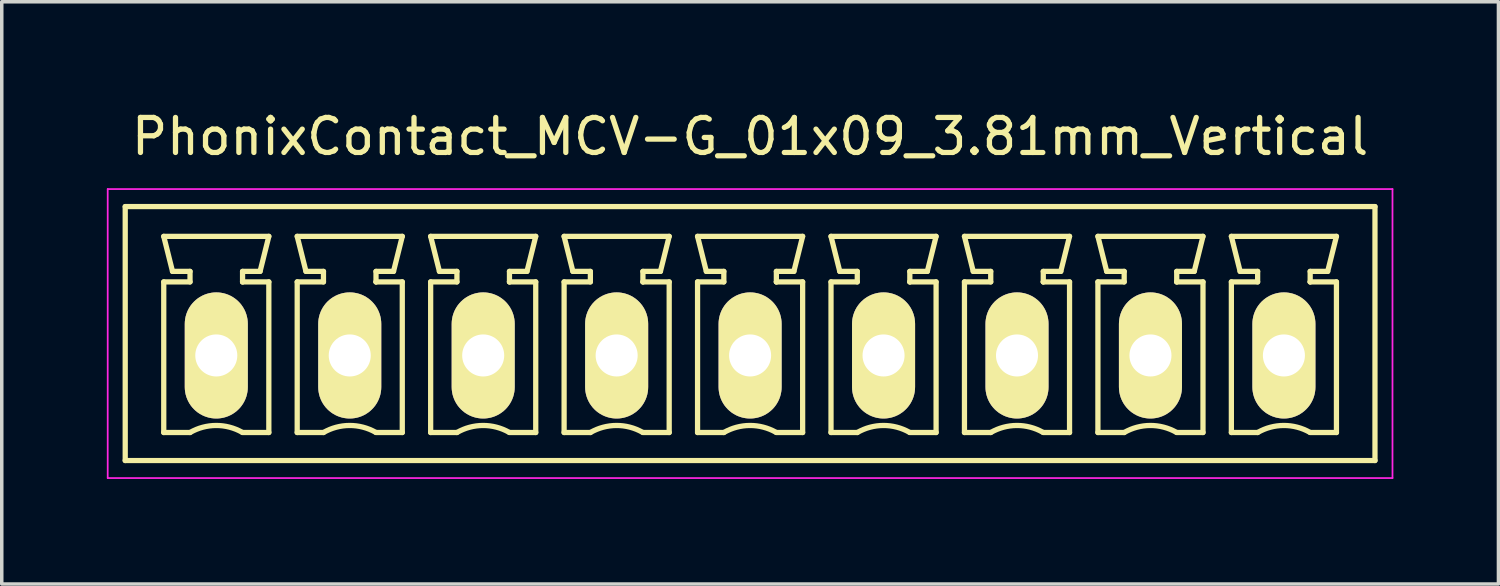
<source format=kicad_pcb>
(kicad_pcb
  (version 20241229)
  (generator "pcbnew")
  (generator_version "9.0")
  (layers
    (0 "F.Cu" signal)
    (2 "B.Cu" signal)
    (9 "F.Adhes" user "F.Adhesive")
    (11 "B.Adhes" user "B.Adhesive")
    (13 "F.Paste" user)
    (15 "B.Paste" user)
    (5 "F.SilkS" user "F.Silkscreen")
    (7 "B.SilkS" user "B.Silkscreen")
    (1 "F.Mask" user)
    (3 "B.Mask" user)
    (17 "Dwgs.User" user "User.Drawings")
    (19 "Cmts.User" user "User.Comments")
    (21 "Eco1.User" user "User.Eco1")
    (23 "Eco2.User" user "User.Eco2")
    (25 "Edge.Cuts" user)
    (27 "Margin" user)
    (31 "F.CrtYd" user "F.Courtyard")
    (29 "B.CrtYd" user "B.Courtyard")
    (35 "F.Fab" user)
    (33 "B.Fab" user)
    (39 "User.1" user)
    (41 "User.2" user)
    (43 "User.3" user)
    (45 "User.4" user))
  (footprint "PhonixContact_MCV-G_01x09_3.81mm_Vertical"
    (layer "F.Cu")
    (at 3.125 7.098)
    (property "Reference" "PhonixContact_MCV-G_01x09_3.81mm_Vertical" (at 15.24 -6.25 0) (layer "F.SilkS") (effects (font (size 1 1) (thickness 0.15))))
    (attr through_hole)
    (fp_line (start -2.6 -4.25) (end -2.6 3) (stroke (width 0.15) (type solid)) (layer "F.SilkS"))
    (fp_line (start -2.6 3) (end 33.08 3) (stroke (width 0.15) (type solid)) (layer "F.SilkS"))
    (fp_line (start -1.5 -3.4) (end 1.5 -3.4) (stroke (width 0.15) (type solid)) (layer "F.SilkS"))
    (fp_line (start -1.5 -2.1) (end -0.75 -2.1) (stroke (width 0.15) (type solid)) (layer "F.SilkS"))
    (fp_line (start -1.5 2.2) (end -1.5 -2.1) (stroke (width 0.15) (type solid)) (layer "F.SilkS"))
    (fp_line (start -1.25 -2.4) (end -1.5 -3.4) (stroke (width 0.15) (type solid)) (layer "F.SilkS"))
    (fp_line (start -0.75 -2.4) (end -1.25 -2.4) (stroke (width 0.15) (type solid)) (layer "F.SilkS"))
    (fp_line (start -0.75 -2.1) (end -0.75 -2.4) (stroke (width 0.15) (type solid)) (layer "F.SilkS"))
    (fp_line (start -0.75 2.2) (end -1.5 2.2) (stroke (width 0.15) (type solid)) (layer "F.SilkS"))
    (fp_line (start 0.75 -2.4) (end 0.75 -2.1) (stroke (width 0.15) (type solid)) (layer "F.SilkS"))
    (fp_line (start 0.75 -2.1) (end 0.75 -2.1) (stroke (width 0.15) (type solid)) (layer "F.SilkS"))
    (fp_line (start 0.75 -2.1) (end 1.5 -2.1) (stroke (width 0.15) (type solid)) (layer "F.SilkS"))
    (fp_line (start 1.25 -2.4) (end 0.75 -2.4) (stroke (width 0.15) (type solid)) (layer "F.SilkS"))
    (fp_line (start 1.5 -3.4) (end 1.25 -2.4) (stroke (width 0.15) (type solid)) (layer "F.SilkS"))
    (fp_line (start 1.5 -2.1) (end 1.5 2.2) (stroke (width 0.15) (type solid)) (layer "F.SilkS"))
    (fp_line (start 1.5 2.2) (end 0.75 2.2) (stroke (width 0.15) (type solid)) (layer "F.SilkS"))
    (fp_line (start 2.31 -3.4) (end 5.31 -3.4) (stroke (width 0.15) (type solid)) (layer "F.SilkS"))
    (fp_line (start 2.31 -2.1) (end 3.06 -2.1) (stroke (width 0.15) (type solid)) (layer "F.SilkS"))
    (fp_line (start 2.31 2.2) (end 2.31 -2.1) (stroke (width 0.15) (type solid)) (layer "F.SilkS"))
    (fp_line (start 2.56 -2.4) (end 2.31 -3.4) (stroke (width 0.15) (type solid)) (layer "F.SilkS"))
    (fp_line (start 3.06 -2.4) (end 2.56 -2.4) (stroke (width 0.15) (type solid)) (layer "F.SilkS"))
    (fp_line (start 3.06 -2.1) (end 3.06 -2.4) (stroke (width 0.15) (type solid)) (layer "F.SilkS"))
    (fp_line (start 3.06 2.2) (end 2.31 2.2) (stroke (width 0.15) (type solid)) (layer "F.SilkS"))
    (fp_line (start 4.56 -2.4) (end 4.56 -2.1) (stroke (width 0.15) (type solid)) (layer "F.SilkS"))
    (fp_line (start 4.56 -2.1) (end 4.56 -2.1) (stroke (width 0.15) (type solid)) (layer "F.SilkS"))
    (fp_line (start 4.56 -2.1) (end 5.31 -2.1) (stroke (width 0.15) (type solid)) (layer "F.SilkS"))
    (fp_line (start 5.06 -2.4) (end 4.56 -2.4) (stroke (width 0.15) (type solid)) (layer "F.SilkS"))
    (fp_line (start 5.31 -3.4) (end 5.06 -2.4) (stroke (width 0.15) (type solid)) (layer "F.SilkS"))
    (fp_line (start 5.31 -2.1) (end 5.31 2.2) (stroke (width 0.15) (type solid)) (layer "F.SilkS"))
    (fp_line (start 5.31 2.2) (end 4.56 2.2) (stroke (width 0.15) (type solid)) (layer "F.SilkS"))
    (fp_line (start 6.12 -3.4) (end 9.12 -3.4) (stroke (width 0.15) (type solid)) (layer "F.SilkS"))
    (fp_line (start 6.12 -2.1) (end 6.87 -2.1) (stroke (width 0.15) (type solid)) (layer "F.SilkS"))
    (fp_line (start 6.12 2.2) (end 6.12 -2.1) (stroke (width 0.15) (type solid)) (layer "F.SilkS"))
    (fp_line (start 6.37 -2.4) (end 6.12 -3.4) (stroke (width 0.15) (type solid)) (layer "F.SilkS"))
    (fp_line (start 6.87 -2.4) (end 6.37 -2.4) (stroke (width 0.15) (type solid)) (layer "F.SilkS"))
    (fp_line (start 6.87 -2.1) (end 6.87 -2.4) (stroke (width 0.15) (type solid)) (layer "F.SilkS"))
    (fp_line (start 6.87 2.2) (end 6.12 2.2) (stroke (width 0.15) (type solid)) (layer "F.SilkS"))
    (fp_line (start 8.37 -2.4) (end 8.37 -2.1) (stroke (width 0.15) (type solid)) (layer "F.SilkS"))
    (fp_line (start 8.37 -2.1) (end 8.37 -2.1) (stroke (width 0.15) (type solid)) (layer "F.SilkS"))
    (fp_line (start 8.37 -2.1) (end 9.12 -2.1) (stroke (width 0.15) (type solid)) (layer "F.SilkS"))
    (fp_line (start 8.87 -2.4) (end 8.37 -2.4) (stroke (width 0.15) (type solid)) (layer "F.SilkS"))
    (fp_line (start 9.12 -3.4) (end 8.87 -2.4) (stroke (width 0.15) (type solid)) (layer "F.SilkS"))
    (fp_line (start 9.12 -2.1) (end 9.12 2.2) (stroke (width 0.15) (type solid)) (layer "F.SilkS"))
    (fp_line (start 9.12 2.2) (end 8.37 2.2) (stroke (width 0.15) (type solid)) (layer "F.SilkS"))
    (fp_line (start 9.93 -3.4) (end 12.93 -3.4) (stroke (width 0.15) (type solid)) (layer "F.SilkS"))
    (fp_line (start 9.93 -2.1) (end 10.68 -2.1) (stroke (width 0.15) (type solid)) (layer "F.SilkS"))
    (fp_line (start 9.93 2.2) (end 9.93 -2.1) (stroke (width 0.15) (type solid)) (layer "F.SilkS"))
    (fp_line (start 10.18 -2.4) (end 9.93 -3.4) (stroke (width 0.15) (type solid)) (layer "F.SilkS"))
    (fp_line (start 10.68 -2.4) (end 10.18 -2.4) (stroke (width 0.15) (type solid)) (layer "F.SilkS"))
    (fp_line (start 10.68 -2.1) (end 10.68 -2.4) (stroke (width 0.15) (type solid)) (layer "F.SilkS"))
    (fp_line (start 10.68 2.2) (end 9.93 2.2) (stroke (width 0.15) (type solid)) (layer "F.SilkS"))
    (fp_line (start 12.18 -2.4) (end 12.18 -2.1) (stroke (width 0.15) (type solid)) (layer "F.SilkS"))
    (fp_line (start 12.18 -2.1) (end 12.18 -2.1) (stroke (width 0.15) (type solid)) (layer "F.SilkS"))
    (fp_line (start 12.18 -2.1) (end 12.93 -2.1) (stroke (width 0.15) (type solid)) (layer "F.SilkS"))
    (fp_line (start 12.68 -2.4) (end 12.18 -2.4) (stroke (width 0.15) (type solid)) (layer "F.SilkS"))
    (fp_line (start 12.93 -3.4) (end 12.68 -2.4) (stroke (width 0.15) (type solid)) (layer "F.SilkS"))
    (fp_line (start 12.93 -2.1) (end 12.93 2.2) (stroke (width 0.15) (type solid)) (layer "F.SilkS"))
    (fp_line (start 12.93 2.2) (end 12.18 2.2) (stroke (width 0.15) (type solid)) (layer "F.SilkS"))
    (fp_line (start 13.74 -3.4) (end 16.74 -3.4) (stroke (width 0.15) (type solid)) (layer "F.SilkS"))
    (fp_line (start 13.74 -2.1) (end 14.49 -2.1) (stroke (width 0.15) (type solid)) (layer "F.SilkS"))
    (fp_line (start 13.74 2.2) (end 13.74 -2.1) (stroke (width 0.15) (type solid)) (layer "F.SilkS"))
    (fp_line (start 13.99 -2.4) (end 13.74 -3.4) (stroke (width 0.15) (type solid)) (layer "F.SilkS"))
    (fp_line (start 14.49 -2.4) (end 13.99 -2.4) (stroke (width 0.15) (type solid)) (layer "F.SilkS"))
    (fp_line (start 14.49 -2.1) (end 14.49 -2.4) (stroke (width 0.15) (type solid)) (layer "F.SilkS"))
    (fp_line (start 14.49 2.2) (end 13.74 2.2) (stroke (width 0.15) (type solid)) (layer "F.SilkS"))
    (fp_line (start 15.99 -2.4) (end 15.99 -2.1) (stroke (width 0.15) (type solid)) (layer "F.SilkS"))
    (fp_line (start 15.99 -2.1) (end 15.99 -2.1) (stroke (width 0.15) (type solid)) (layer "F.SilkS"))
    (fp_line (start 15.99 -2.1) (end 16.74 -2.1) (stroke (width 0.15) (type solid)) (layer "F.SilkS"))
    (fp_line (start 16.49 -2.4) (end 15.99 -2.4) (stroke (width 0.15) (type solid)) (layer "F.SilkS"))
    (fp_line (start 16.74 -3.4) (end 16.49 -2.4) (stroke (width 0.15) (type solid)) (layer "F.SilkS"))
    (fp_line (start 16.74 -2.1) (end 16.74 2.2) (stroke (width 0.15) (type solid)) (layer "F.SilkS"))
    (fp_line (start 16.74 2.2) (end 15.99 2.2) (stroke (width 0.15) (type solid)) (layer "F.SilkS"))
    (fp_line (start 17.55 -3.4) (end 20.55 -3.4) (stroke (width 0.15) (type solid)) (layer "F.SilkS"))
    (fp_line (start 17.55 -2.1) (end 18.3 -2.1) (stroke (width 0.15) (type solid)) (layer "F.SilkS"))
    (fp_line (start 17.55 2.2) (end 17.55 -2.1) (stroke (width 0.15) (type solid)) (layer "F.SilkS"))
    (fp_line (start 17.8 -2.4) (end 17.55 -3.4) (stroke (width 0.15) (type solid)) (layer "F.SilkS"))
    (fp_line (start 18.3 -2.4) (end 17.8 -2.4) (stroke (width 0.15) (type solid)) (layer "F.SilkS"))
    (fp_line (start 18.3 -2.1) (end 18.3 -2.4) (stroke (width 0.15) (type solid)) (layer "F.SilkS"))
    (fp_line (start 18.3 2.2) (end 17.55 2.2) (stroke (width 0.15) (type solid)) (layer "F.SilkS"))
    (fp_line (start 19.8 -2.4) (end 19.8 -2.1) (stroke (width 0.15) (type solid)) (layer "F.SilkS"))
    (fp_line (start 19.8 -2.1) (end 19.8 -2.1) (stroke (width 0.15) (type solid)) (layer "F.SilkS"))
    (fp_line (start 19.8 -2.1) (end 20.55 -2.1) (stroke (width 0.15) (type solid)) (layer "F.SilkS"))
    (fp_line (start 20.3 -2.4) (end 19.8 -2.4) (stroke (width 0.15) (type solid)) (layer "F.SilkS"))
    (fp_line (start 20.55 -3.4) (end 20.3 -2.4) (stroke (width 0.15) (type solid)) (layer "F.SilkS"))
    (fp_line (start 20.55 -2.1) (end 20.55 2.2) (stroke (width 0.15) (type solid)) (layer "F.SilkS"))
    (fp_line (start 20.55 2.2) (end 19.8 2.2) (stroke (width 0.15) (type solid)) (layer "F.SilkS"))
    (fp_line (start 21.36 -3.4) (end 24.36 -3.4) (stroke (width 0.15) (type solid)) (layer "F.SilkS"))
    (fp_line (start 21.36 -2.1) (end 22.11 -2.1) (stroke (width 0.15) (type solid)) (layer "F.SilkS"))
    (fp_line (start 21.36 2.2) (end 21.36 -2.1) (stroke (width 0.15) (type solid)) (layer "F.SilkS"))
    (fp_line (start 21.61 -2.4) (end 21.36 -3.4) (stroke (width 0.15) (type solid)) (layer "F.SilkS"))
    (fp_line (start 22.11 -2.4) (end 21.61 -2.4) (stroke (width 0.15) (type solid)) (layer "F.SilkS"))
    (fp_line (start 22.11 -2.1) (end 22.11 -2.4) (stroke (width 0.15) (type solid)) (layer "F.SilkS"))
    (fp_line (start 22.11 2.2) (end 21.36 2.2) (stroke (width 0.15) (type solid)) (layer "F.SilkS"))
    (fp_line (start 23.61 -2.4) (end 23.61 -2.1) (stroke (width 0.15) (type solid)) (layer "F.SilkS"))
    (fp_line (start 23.61 -2.1) (end 23.61 -2.1) (stroke (width 0.15) (type solid)) (layer "F.SilkS"))
    (fp_line (start 23.61 -2.1) (end 24.36 -2.1) (stroke (width 0.15) (type solid)) (layer "F.SilkS"))
    (fp_line (start 24.11 -2.4) (end 23.61 -2.4) (stroke (width 0.15) (type solid)) (layer "F.SilkS"))
    (fp_line (start 24.36 -3.4) (end 24.11 -2.4) (stroke (width 0.15) (type solid)) (layer "F.SilkS"))
    (fp_line (start 24.36 -2.1) (end 24.36 2.2) (stroke (width 0.15) (type solid)) (layer "F.SilkS"))
    (fp_line (start 24.36 2.2) (end 23.61 2.2) (stroke (width 0.15) (type solid)) (layer "F.SilkS"))
    (fp_line (start 25.17 -3.4) (end 28.17 -3.4) (stroke (width 0.15) (type solid)) (layer "F.SilkS"))
    (fp_line (start 25.17 -2.1) (end 25.92 -2.1) (stroke (width 0.15) (type solid)) (layer "F.SilkS"))
    (fp_line (start 25.17 2.2) (end 25.17 -2.1) (stroke (width 0.15) (type solid)) (layer "F.SilkS"))
    (fp_line (start 25.42 -2.4) (end 25.17 -3.4) (stroke (width 0.15) (type solid)) (layer "F.SilkS"))
    (fp_line (start 25.92 -2.4) (end 25.42 -2.4) (stroke (width 0.15) (type solid)) (layer "F.SilkS"))
    (fp_line (start 25.92 -2.1) (end 25.92 -2.4) (stroke (width 0.15) (type solid)) (layer "F.SilkS"))
    (fp_line (start 25.92 2.2) (end 25.17 2.2) (stroke (width 0.15) (type solid)) (layer "F.SilkS"))
    (fp_line (start 27.42 -2.4) (end 27.42 -2.1) (stroke (width 0.15) (type solid)) (layer "F.SilkS"))
    (fp_line (start 27.42 -2.1) (end 27.42 -2.1) (stroke (width 0.15) (type solid)) (layer "F.SilkS"))
    (fp_line (start 27.42 -2.1) (end 28.17 -2.1) (stroke (width 0.15) (type solid)) (layer "F.SilkS"))
    (fp_line (start 27.92 -2.4) (end 27.42 -2.4) (stroke (width 0.15) (type solid)) (layer "F.SilkS"))
    (fp_line (start 28.17 -3.4) (end 27.92 -2.4) (stroke (width 0.15) (type solid)) (layer "F.SilkS"))
    (fp_line (start 28.17 -2.1) (end 28.17 2.2) (stroke (width 0.15) (type solid)) (layer "F.SilkS"))
    (fp_line (start 28.17 2.2) (end 27.42 2.2) (stroke (width 0.15) (type solid)) (layer "F.SilkS"))
    (fp_line (start 28.98 -3.4) (end 31.98 -3.4) (stroke (width 0.15) (type solid)) (layer "F.SilkS"))
    (fp_line (start 28.98 -2.1) (end 29.73 -2.1) (stroke (width 0.15) (type solid)) (layer "F.SilkS"))
    (fp_line (start 28.98 2.2) (end 28.98 -2.1) (stroke (width 0.15) (type solid)) (layer "F.SilkS"))
    (fp_line (start 29.23 -2.4) (end 28.98 -3.4) (stroke (width 0.15) (type solid)) (layer "F.SilkS"))
    (fp_line (start 29.73 -2.4) (end 29.23 -2.4) (stroke (width 0.15) (type solid)) (layer "F.SilkS"))
    (fp_line (start 29.73 -2.1) (end 29.73 -2.4) (stroke (width 0.15) (type solid)) (layer "F.SilkS"))
    (fp_line (start 29.73 2.2) (end 28.98 2.2) (stroke (width 0.15) (type solid)) (layer "F.SilkS"))
    (fp_line (start 31.23 -2.4) (end 31.23 -2.1) (stroke (width 0.15) (type solid)) (layer "F.SilkS"))
    (fp_line (start 31.23 -2.1) (end 31.23 -2.1) (stroke (width 0.15) (type solid)) (layer "F.SilkS"))
    (fp_line (start 31.23 -2.1) (end 31.98 -2.1) (stroke (width 0.15) (type solid)) (layer "F.SilkS"))
    (fp_line (start 31.73 -2.4) (end 31.23 -2.4) (stroke (width 0.15) (type solid)) (layer "F.SilkS"))
    (fp_line (start 31.98 -3.4) (end 31.73 -2.4) (stroke (width 0.15) (type solid)) (layer "F.SilkS"))
    (fp_line (start 31.98 -2.1) (end 31.98 2.2) (stroke (width 0.15) (type solid)) (layer "F.SilkS"))
    (fp_line (start 31.98 2.2) (end 31.23 2.2) (stroke (width 0.15) (type solid)) (layer "F.SilkS"))
    (fp_line (start 33.08 -4.25) (end -2.6 -4.25) (stroke (width 0.15) (type solid)) (layer "F.SilkS"))
    (fp_line (start 33.08 3) (end 33.08 -4.25) (stroke (width 0.15) (type solid)) (layer "F.SilkS"))
    (fp_arc (start -0.75 2.2) (mid -0.006068 1.999179) (end 0.739464 2.193978) (stroke (width 0.15) (type solid)) (layer "F.SilkS"))
    (fp_arc (start 3.06 2.2) (mid 3.803932 1.999179) (end 4.549464 2.193978) (stroke (width 0.15) (type solid)) (layer "F.SilkS"))
    (fp_arc (start 6.87 2.2) (mid 7.613932 1.999179) (end 8.359464 2.193978) (stroke (width 0.15) (type solid)) (layer "F.SilkS"))
    (fp_arc (start 10.68 2.2) (mid 11.423932 1.999179) (end 12.169464 2.193978) (stroke (width 0.15) (type solid)) (layer "F.SilkS"))
    (fp_arc (start 14.49 2.2) (mid 15.233932 1.999179) (end 15.979464 2.193978) (stroke (width 0.15) (type solid)) (layer "F.SilkS"))
    (fp_arc (start 18.3 2.2) (mid 19.043932 1.999179) (end 19.789464 2.193978) (stroke (width 0.15) (type solid)) (layer "F.SilkS"))
    (fp_arc (start 22.11 2.2) (mid 22.853932 1.999179) (end 23.599464 2.193978) (stroke (width 0.15) (type solid)) (layer "F.SilkS"))
    (fp_arc (start 25.92 2.2) (mid 26.663932 1.999179) (end 27.409464 2.193978) (stroke (width 0.15) (type solid)) (layer "F.SilkS"))
    (fp_arc (start 29.73 2.2) (mid 30.473932 1.999179) (end 31.219464 2.193978) (stroke (width 0.15) (type solid)) (layer "F.SilkS"))
    (fp_line (start -3.1 -4.75) (end -3.1 3.5) (stroke (width 0.05) (type solid)) (layer "F.CrtYd"))
    (fp_line (start -3.1 3.5) (end 33.58 3.5) (stroke (width 0.05) (type solid)) (layer "F.CrtYd"))
    (fp_line (start 33.58 -4.75) (end -3.1 -4.75) (stroke (width 0.05) (type solid)) (layer "F.CrtYd"))
    (fp_line (start 33.58 3.5) (end 33.58 -4.75) (stroke (width 0.05) (type solid)) (layer "F.CrtYd"))
    (pad "1" thru_hole oval (at 0 0) (size 1.8 3.6) (drill 1.2) (layers "*.Cu" "*.Mask" "F.SilkS"))
    (pad "2" thru_hole oval (at 3.81 0) (size 1.8 3.6) (drill 1.2) (layers "*.Cu" "*.Mask" "F.SilkS"))
    (pad "3" thru_hole oval (at 7.62 0) (size 1.8 3.6) (drill 1.2) (layers "*.Cu" "*.Mask" "F.SilkS"))
    (pad "4" thru_hole oval (at 11.43 0) (size 1.8 3.6) (drill 1.2) (layers "*.Cu" "*.Mask" "F.SilkS"))
    (pad "5" thru_hole oval (at 15.24 0) (size 1.8 3.6) (drill 1.2) (layers "*.Cu" "*.Mask" "F.SilkS"))
    (pad "6" thru_hole oval (at 19.05 0) (size 1.8 3.6) (drill 1.2) (layers "*.Cu" "*.Mask" "F.SilkS"))
    (pad "7" thru_hole oval (at 22.86 0) (size 1.8 3.6) (drill 1.2) (layers "*.Cu" "*.Mask" "F.SilkS"))
    (pad "8" thru_hole oval (at 26.67 0) (size 1.8 3.6) (drill 1.2) (layers "*.Cu" "*.Mask" "F.SilkS"))
    (pad "9" thru_hole oval (at 30.48 0) (size 1.8 3.6) (drill 1.2) (layers "*.Cu" "*.Mask" "F.SilkS")))
  (gr_rect
    (start -3 -3)
    (end 39.73 13.623)
    (stroke (width 0.1) (type default))
    (fill no)
    (layer "Edge.Cuts")))
</source>
